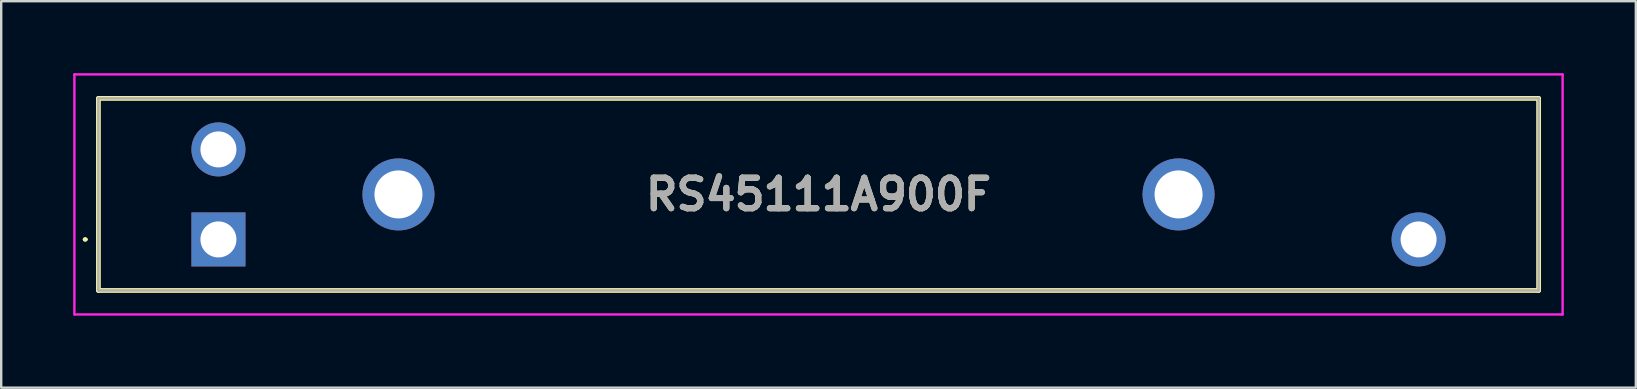
<source format=kicad_pcb>
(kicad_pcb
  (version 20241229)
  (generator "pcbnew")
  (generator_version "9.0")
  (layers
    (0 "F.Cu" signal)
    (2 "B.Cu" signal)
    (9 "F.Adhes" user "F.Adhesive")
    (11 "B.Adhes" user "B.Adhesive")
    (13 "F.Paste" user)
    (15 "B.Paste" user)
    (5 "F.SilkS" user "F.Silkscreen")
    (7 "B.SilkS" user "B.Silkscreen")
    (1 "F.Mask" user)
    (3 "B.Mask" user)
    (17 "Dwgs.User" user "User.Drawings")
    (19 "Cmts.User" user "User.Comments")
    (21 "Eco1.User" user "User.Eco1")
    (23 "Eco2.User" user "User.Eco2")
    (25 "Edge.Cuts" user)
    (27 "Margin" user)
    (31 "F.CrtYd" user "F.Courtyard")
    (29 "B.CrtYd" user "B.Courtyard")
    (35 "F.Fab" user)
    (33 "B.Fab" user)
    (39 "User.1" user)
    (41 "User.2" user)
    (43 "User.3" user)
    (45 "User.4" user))
  (footprint "RS45111A900F"
    (layer "F.Cu")
    (at 6.05 6.925)
    (property "Reference" "RS45111A900F" (at 25 -1.875 0) (layer "F.SilkS") (effects (font (size 1.27 1.27) (thickness 0.254))))
    (attr through_hole)
    (fp_line (start -5.6 0) (end -5.6 0) (stroke (width 0.1) (type solid)) (layer "F.SilkS"))
    (fp_line (start -5.5 0) (end -5.5 0) (stroke (width 0.1) (type solid)) (layer "F.SilkS"))
    (fp_line (start -5 -5.875) (end 55 -5.875) (stroke (width 0.2) (type solid)) (layer "F.SilkS"))
    (fp_line (start -5 2.125) (end -5 -5.875) (stroke (width 0.2) (type solid)) (layer "F.SilkS"))
    (fp_line (start 55 -5.875) (end 55 2.125) (stroke (width 0.2) (type solid)) (layer "F.SilkS"))
    (fp_line (start 55 2.125) (end -5 2.125) (stroke (width 0.2) (type solid)) (layer "F.SilkS"))
    (fp_arc (start -5.6 0) (mid -5.55 -0.05) (end -5.5 0) (stroke (width 0.1) (type solid)) (layer "F.SilkS"))
    (fp_arc (start -5.5 0) (mid -5.55 0.05) (end -5.6 0) (stroke (width 0.1) (type solid)) (layer "F.SilkS"))
    (fp_line (start -6 -6.875) (end 56 -6.875) (stroke (width 0.1) (type solid)) (layer "F.CrtYd"))
    (fp_line (start -6 3.125) (end -6 -6.875) (stroke (width 0.1) (type solid)) (layer "F.CrtYd"))
    (fp_line (start 56 -6.875) (end 56 3.125) (stroke (width 0.1) (type solid)) (layer "F.CrtYd"))
    (fp_line (start 56 3.125) (end -6 3.125) (stroke (width 0.1) (type solid)) (layer "F.CrtYd"))
    (fp_line (start -5 -5.875) (end 55 -5.875) (stroke (width 0.1) (type solid)) (layer "F.Fab"))
    (fp_line (start -5 2.125) (end -5 -5.875) (stroke (width 0.1) (type solid)) (layer "F.Fab"))
    (fp_line (start 55 -5.875) (end 55 2.125) (stroke (width 0.1) (type solid)) (layer "F.Fab"))
    (fp_line (start 55 2.125) (end -5 2.125) (stroke (width 0.1) (type solid)) (layer "F.Fab"))
    (fp_text user "${REFERENCE}" (at 25 -1.875 0) (layer "F.Fab") (effects (font (size 1.27 1.27) (thickness 0.254))))
    (pad "1" thru_hole rect (at 0 0) (size 2.25 2.25) (drill 1.5) (layers "*.Cu" "*.Mask"))
    (pad "2" thru_hole circle (at 0 -3.75) (size 2.25 2.25) (drill 1.5) (layers "*.Cu" "*.Mask"))
    (pad "3" thru_hole circle (at 50 0) (size 2.25 2.25) (drill 1.5) (layers "*.Cu" "*.Mask"))
    (pad "4" thru_hole circle (at 7.5 -1.875) (size 3 3) (drill 2) (layers "*.Cu" "*.Mask"))
    (pad "5" thru_hole circle (at 40 -1.875) (size 3 3) (drill 2) (layers "*.Cu" "*.Mask")))
  (gr_rect
    (start -3 -3)
    (end 65.1 13.1)
    (stroke (width 0.1) (type default))
    (fill no)
    (layer "Edge.Cuts")))
</source>
